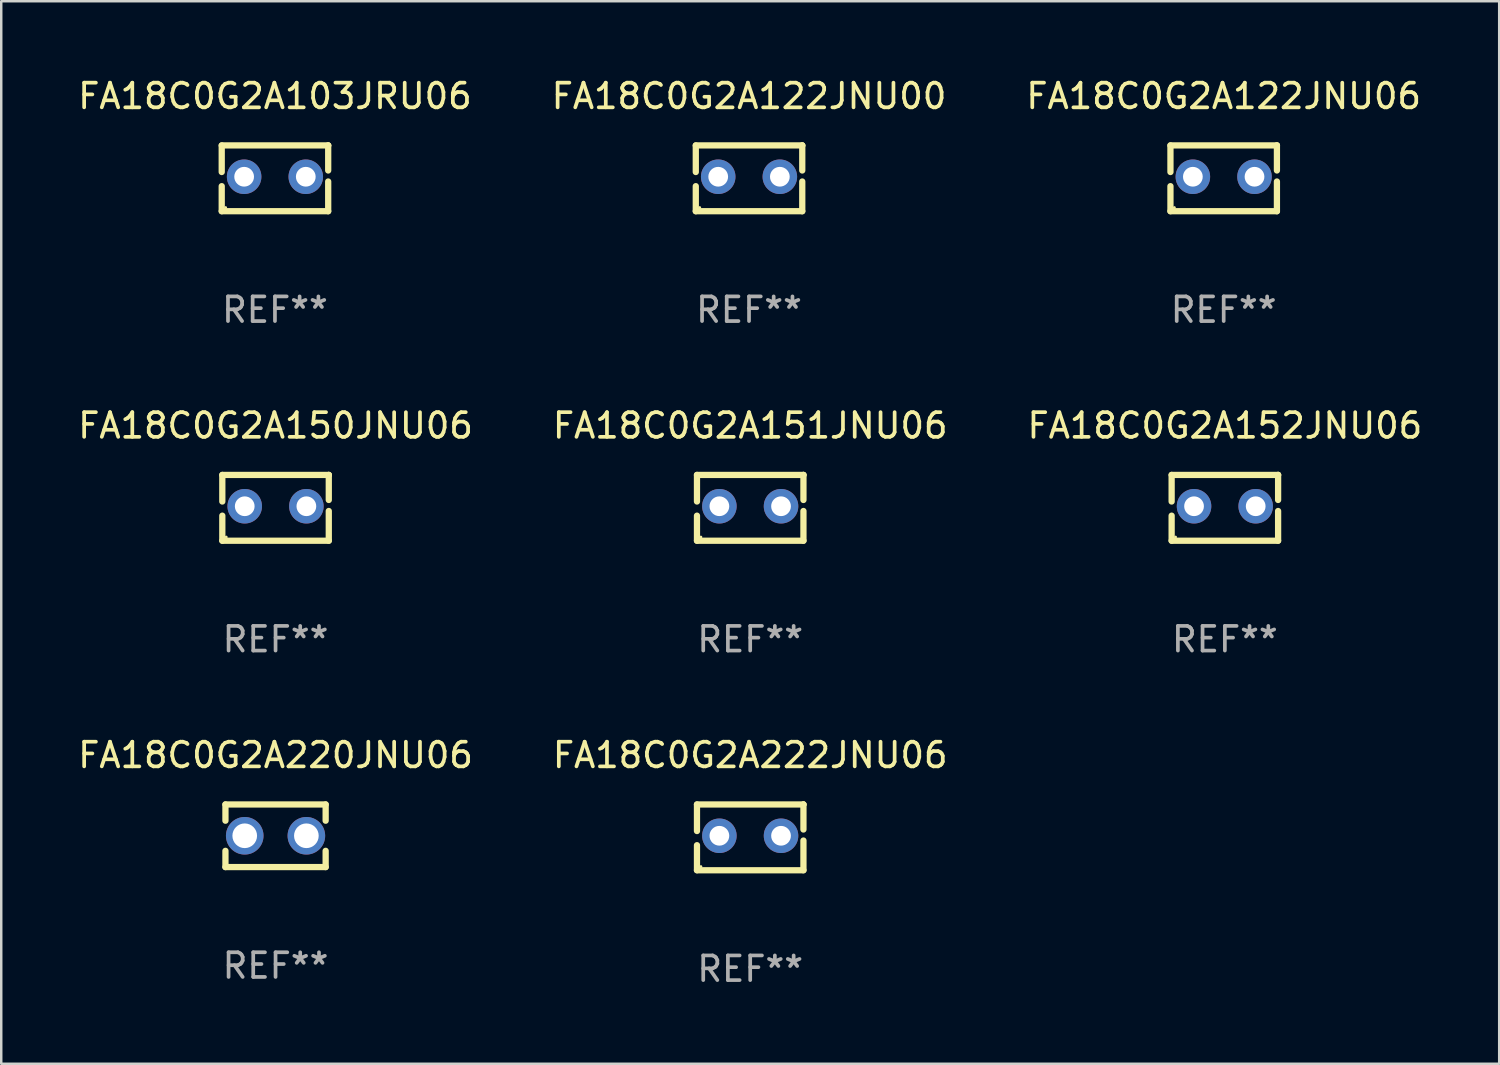
<source format=kicad_pcb>
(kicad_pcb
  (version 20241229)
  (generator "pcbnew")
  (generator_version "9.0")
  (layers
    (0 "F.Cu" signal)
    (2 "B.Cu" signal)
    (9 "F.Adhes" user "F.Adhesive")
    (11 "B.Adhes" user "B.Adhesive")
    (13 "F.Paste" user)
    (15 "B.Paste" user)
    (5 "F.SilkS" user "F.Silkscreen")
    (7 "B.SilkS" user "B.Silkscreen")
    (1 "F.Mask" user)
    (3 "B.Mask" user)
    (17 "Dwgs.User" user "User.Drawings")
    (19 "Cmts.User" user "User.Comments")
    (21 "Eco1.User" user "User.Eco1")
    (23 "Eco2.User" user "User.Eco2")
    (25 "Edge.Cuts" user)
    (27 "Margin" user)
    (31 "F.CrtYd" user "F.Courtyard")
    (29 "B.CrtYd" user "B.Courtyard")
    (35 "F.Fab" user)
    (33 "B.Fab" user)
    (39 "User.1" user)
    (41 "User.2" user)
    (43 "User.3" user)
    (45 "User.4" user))
  (footprint "FA18C0G2A103JRU06"
    (layer "F.Cu")
    (at 8.101 4.182)
    (property "Reference" "FA18C0G2A103JRU06" (at 0 -3.334 0) (layer "F.SilkS") (effects (font (size 1 1) (thickness 0.15))))
    (attr through_hole)
    (fp_line (start -2.159 -1.334) (end 2.159 -1.334) (stroke (width 0.254) (type solid)) (layer "F.SilkS"))
    (fp_line (start -2.159 -0.256) (end -2.159 -1.334) (stroke (width 0.254) (type solid)) (layer "F.SilkS"))
    (fp_line (start -2.159 1.334) (end -2.159 0.318) (stroke (width 0.254) (type solid)) (layer "F.SilkS"))
    (fp_line (start 2.159 -1.334) (end 2.159 -1.334) (stroke (width 0.254) (type solid)) (layer "F.SilkS"))
    (fp_line (start 2.159 -1.334) (end 2.159 -0.318) (stroke (width 0.254) (type solid)) (layer "F.SilkS"))
    (fp_line (start 2.159 0.129) (end 2.159 1.334) (stroke (width 0.254) (type solid)) (layer "F.SilkS"))
    (fp_line (start 2.159 1.334) (end -2.159 1.334) (stroke (width 0.254) (type solid)) (layer "F.SilkS"))
    (fp_circle (center -2 1.186) (end -1.97 1.186) (stroke (width 0.06) (type solid)) (fill no) (layer "F.SilkS"))
    (fp_text user "REF**" (at 0 5.334 0) (layer "F.Fab") (effects (font (size 1 1) (thickness 0.15))))
    (pad "1" thru_hole circle (at -1.25 -0.064) (size 1.4 1.4) (drill 0.8) (layers "*.Cu" "*.Mask"))
    (pad "2" thru_hole circle (at 1.25 -0.064) (size 1.4 1.4) (drill 0.8) (layers "*.Cu" "*.Mask")))
  (footprint "FA18C0G2A151JNU06"
    (layer "F.Cu")
    (at 27.375 17.545)
    (property "Reference" "FA18C0G2A151JNU06" (at 0 -3.334 0) (layer "F.SilkS") (effects (font (size 1 1) (thickness 0.15))))
    (attr through_hole)
    (fp_line (start -2.159 -1.334) (end 2.159 -1.334) (stroke (width 0.254) (type solid)) (layer "F.SilkS"))
    (fp_line (start -2.159 -0.256) (end -2.159 -1.334) (stroke (width 0.254) (type solid)) (layer "F.SilkS"))
    (fp_line (start -2.159 1.334) (end -2.159 0.318) (stroke (width 0.254) (type solid)) (layer "F.SilkS"))
    (fp_line (start 2.159 -1.334) (end 2.159 -1.334) (stroke (width 0.254) (type solid)) (layer "F.SilkS"))
    (fp_line (start 2.159 -1.334) (end 2.159 -0.318) (stroke (width 0.254) (type solid)) (layer "F.SilkS"))
    (fp_line (start 2.159 0.129) (end 2.159 1.334) (stroke (width 0.254) (type solid)) (layer "F.SilkS"))
    (fp_line (start 2.159 1.334) (end -2.159 1.334) (stroke (width 0.254) (type solid)) (layer "F.SilkS"))
    (fp_circle (center -2 1.186) (end -1.97 1.186) (stroke (width 0.06) (type solid)) (fill no) (layer "F.SilkS"))
    (fp_text user "REF**" (at 0 5.334 0) (layer "F.Fab") (effects (font (size 1 1) (thickness 0.15))))
    (pad "1" thru_hole circle (at -1.25 -0.064) (size 1.4 1.4) (drill 0.8) (layers "*.Cu" "*.Mask"))
    (pad "2" thru_hole circle (at 1.25 -0.064) (size 1.4 1.4) (drill 0.8) (layers "*.Cu" "*.Mask")))
  (footprint "FA18C0G2A122JNU06"
    (layer "F.Cu")
    (at 46.577 4.182)
    (property "Reference" "FA18C0G2A122JNU06" (at 0 -3.334 0) (layer "F.SilkS") (effects (font (size 1 1) (thickness 0.15))))
    (attr through_hole)
    (fp_line (start -2.159 -1.334) (end 2.159 -1.334) (stroke (width 0.254) (type solid)) (layer "F.SilkS"))
    (fp_line (start -2.159 -0.256) (end -2.159 -1.334) (stroke (width 0.254) (type solid)) (layer "F.SilkS"))
    (fp_line (start -2.159 1.334) (end -2.159 0.318) (stroke (width 0.254) (type solid)) (layer "F.SilkS"))
    (fp_line (start 2.159 -1.334) (end 2.159 -1.334) (stroke (width 0.254) (type solid)) (layer "F.SilkS"))
    (fp_line (start 2.159 -1.334) (end 2.159 -0.318) (stroke (width 0.254) (type solid)) (layer "F.SilkS"))
    (fp_line (start 2.159 0.129) (end 2.159 1.334) (stroke (width 0.254) (type solid)) (layer "F.SilkS"))
    (fp_line (start 2.159 1.334) (end -2.159 1.334) (stroke (width 0.254) (type solid)) (layer "F.SilkS"))
    (fp_circle (center -2 1.186) (end -1.97 1.186) (stroke (width 0.06) (type solid)) (fill no) (layer "F.SilkS"))
    (fp_text user "REF**" (at 0 5.334 0) (layer "F.Fab") (effects (font (size 1 1) (thickness 0.15))))
    (pad "1" thru_hole circle (at -1.25 -0.064) (size 1.4 1.4) (drill 0.8) (layers "*.Cu" "*.Mask"))
    (pad "2" thru_hole circle (at 1.25 -0.064) (size 1.4 1.4) (drill 0.8) (layers "*.Cu" "*.Mask")))
  (footprint "FA18C0G2A122JNU00"
    (layer "F.Cu")
    (at 27.327 4.182)
    (property "Reference" "FA18C0G2A122JNU00" (at 0 -3.334 0) (layer "F.SilkS") (effects (font (size 1 1) (thickness 0.15))))
    (attr through_hole)
    (fp_line (start -2.159 -1.334) (end 2.159 -1.334) (stroke (width 0.254) (type solid)) (layer "F.SilkS"))
    (fp_line (start -2.159 -0.256) (end -2.159 -1.334) (stroke (width 0.254) (type solid)) (layer "F.SilkS"))
    (fp_line (start -2.159 1.334) (end -2.159 0.318) (stroke (width 0.254) (type solid)) (layer "F.SilkS"))
    (fp_line (start 2.159 -1.334) (end 2.159 -1.334) (stroke (width 0.254) (type solid)) (layer "F.SilkS"))
    (fp_line (start 2.159 -1.334) (end 2.159 -0.318) (stroke (width 0.254) (type solid)) (layer "F.SilkS"))
    (fp_line (start 2.159 0.129) (end 2.159 1.334) (stroke (width 0.254) (type solid)) (layer "F.SilkS"))
    (fp_line (start 2.159 1.334) (end -2.159 1.334) (stroke (width 0.254) (type solid)) (layer "F.SilkS"))
    (fp_circle (center -2 1.186) (end -1.97 1.186) (stroke (width 0.06) (type solid)) (fill no) (layer "F.SilkS"))
    (fp_text user "REF**" (at 0 5.334 0) (layer "F.Fab") (effects (font (size 1 1) (thickness 0.15))))
    (pad "1" thru_hole circle (at -1.25 -0.064) (size 1.4 1.4) (drill 0.8) (layers "*.Cu" "*.Mask"))
    (pad "2" thru_hole circle (at 1.25 -0.064) (size 1.4 1.4) (drill 0.8) (layers "*.Cu" "*.Mask")))
  (footprint "FA18C0G2A222JNU06"
    (layer "F.Cu")
    (at 27.375 30.909)
    (property "Reference" "FA18C0G2A222JNU06" (at 0 -3.334 0) (layer "F.SilkS") (effects (font (size 1 1) (thickness 0.15))))
    (attr through_hole)
    (fp_line (start -2.159 -1.334) (end 2.159 -1.334) (stroke (width 0.254) (type solid)) (layer "F.SilkS"))
    (fp_line (start -2.159 -0.256) (end -2.159 -1.334) (stroke (width 0.254) (type solid)) (layer "F.SilkS"))
    (fp_line (start -2.159 1.334) (end -2.159 0.318) (stroke (width 0.254) (type solid)) (layer "F.SilkS"))
    (fp_line (start 2.159 -1.334) (end 2.159 -1.334) (stroke (width 0.254) (type solid)) (layer "F.SilkS"))
    (fp_line (start 2.159 -1.334) (end 2.159 -0.318) (stroke (width 0.254) (type solid)) (layer "F.SilkS"))
    (fp_line (start 2.159 0.129) (end 2.159 1.334) (stroke (width 0.254) (type solid)) (layer "F.SilkS"))
    (fp_line (start 2.159 1.334) (end -2.159 1.334) (stroke (width 0.254) (type solid)) (layer "F.SilkS"))
    (fp_circle (center -2 1.186) (end -1.97 1.186) (stroke (width 0.06) (type solid)) (fill no) (layer "F.SilkS"))
    (fp_text user "REF**" (at 0 5.334 0) (layer "F.Fab") (effects (font (size 1 1) (thickness 0.15))))
    (pad "1" thru_hole circle (at -1.25 -0.064) (size 1.4 1.4) (drill 0.8) (layers "*.Cu" "*.Mask"))
    (pad "2" thru_hole circle (at 1.25 -0.064) (size 1.4 1.4) (drill 0.8) (layers "*.Cu" "*.Mask")))
  (footprint "FA18C0G2A220JNU06"
    (layer "F.Cu")
    (at 8.125 30.845)
    (property "Reference" "FA18C0G2A220JNU06" (at 0 -3.27 0) (layer "F.SilkS") (effects (font (size 1 1) (thickness 0.15))))
    (attr through_hole)
    (fp_line (start -2.032 -1.27) (end -2.032 -0.611) (stroke (width 0.254) (type solid)) (layer "F.SilkS"))
    (fp_line (start -2.032 0.611) (end -2.032 1.27) (stroke (width 0.254) (type solid)) (layer "F.SilkS"))
    (fp_line (start -2.032 1.27) (end 2.032 1.27) (stroke (width 0.254) (type solid)) (layer "F.SilkS"))
    (fp_line (start 2.032 -1.27) (end -2.032 -1.27) (stroke (width 0.254) (type solid)) (layer "F.SilkS"))
    (fp_line (start 2.032 -0.611) (end 2.032 -1.27) (stroke (width 0.254) (type solid)) (layer "F.SilkS"))
    (fp_line (start 2.032 1.27) (end 2.032 0.611) (stroke (width 0.254) (type solid)) (layer "F.SilkS"))
    (fp_circle (center -2 1.25) (end -1.97 1.25) (stroke (width 0.06) (type solid)) (fill no) (layer "F.SilkS"))
    (fp_text user "REF**" (at 0 5.27 0) (layer "F.Fab") (effects (font (size 1 1) (thickness 0.15))))
    (pad "1" thru_hole circle (at -1.25 0) (size 1.524 1.524) (drill 1) (layers "*.Cu" "*.Mask"))
    (pad "2" thru_hole circle (at 1.25 0) (size 1.524 1.524) (drill 1) (layers "*.Cu" "*.Mask")))
  (footprint "FA18C0G2A152JNU06"
    (layer "F.Cu")
    (at 46.625 17.545)
    (property "Reference" "FA18C0G2A152JNU06" (at 0 -3.334 0) (layer "F.SilkS") (effects (font (size 1 1) (thickness 0.15))))
    (attr through_hole)
    (fp_line (start -2.159 -1.334) (end 2.159 -1.334) (stroke (width 0.254) (type solid)) (layer "F.SilkS"))
    (fp_line (start -2.159 -0.256) (end -2.159 -1.334) (stroke (width 0.254) (type solid)) (layer "F.SilkS"))
    (fp_line (start -2.159 1.334) (end -2.159 0.318) (stroke (width 0.254) (type solid)) (layer "F.SilkS"))
    (fp_line (start 2.159 -1.334) (end 2.159 -1.334) (stroke (width 0.254) (type solid)) (layer "F.SilkS"))
    (fp_line (start 2.159 -1.334) (end 2.159 -0.318) (stroke (width 0.254) (type solid)) (layer "F.SilkS"))
    (fp_line (start 2.159 0.129) (end 2.159 1.334) (stroke (width 0.254) (type solid)) (layer "F.SilkS"))
    (fp_line (start 2.159 1.334) (end -2.159 1.334) (stroke (width 0.254) (type solid)) (layer "F.SilkS"))
    (fp_circle (center -2 1.186) (end -1.97 1.186) (stroke (width 0.06) (type solid)) (fill no) (layer "F.SilkS"))
    (fp_text user "REF**" (at 0 5.334 0) (layer "F.Fab") (effects (font (size 1 1) (thickness 0.15))))
    (pad "1" thru_hole circle (at -1.25 -0.064) (size 1.4 1.4) (drill 0.8) (layers "*.Cu" "*.Mask"))
    (pad "2" thru_hole circle (at 1.25 -0.064) (size 1.4 1.4) (drill 0.8) (layers "*.Cu" "*.Mask")))
  (footprint "FA18C0G2A150JNU06"
    (layer "F.Cu")
    (at 8.125 17.545)
    (property "Reference" "FA18C0G2A150JNU06" (at 0 -3.334 0) (layer "F.SilkS") (effects (font (size 1 1) (thickness 0.15))))
    (attr through_hole)
    (fp_line (start -2.159 -1.334) (end 2.159 -1.334) (stroke (width 0.254) (type solid)) (layer "F.SilkS"))
    (fp_line (start -2.159 -0.256) (end -2.159 -1.334) (stroke (width 0.254) (type solid)) (layer "F.SilkS"))
    (fp_line (start -2.159 1.334) (end -2.159 0.318) (stroke (width 0.254) (type solid)) (layer "F.SilkS"))
    (fp_line (start 2.159 -1.334) (end 2.159 -1.334) (stroke (width 0.254) (type solid)) (layer "F.SilkS"))
    (fp_line (start 2.159 -1.334) (end 2.159 -0.318) (stroke (width 0.254) (type solid)) (layer "F.SilkS"))
    (fp_line (start 2.159 0.129) (end 2.159 1.334) (stroke (width 0.254) (type solid)) (layer "F.SilkS"))
    (fp_line (start 2.159 1.334) (end -2.159 1.334) (stroke (width 0.254) (type solid)) (layer "F.SilkS"))
    (fp_circle (center -2 1.186) (end -1.97 1.186) (stroke (width 0.06) (type solid)) (fill no) (layer "F.SilkS"))
    (fp_text user "REF**" (at 0 5.334 0) (layer "F.Fab") (effects (font (size 1 1) (thickness 0.15))))
    (pad "1" thru_hole circle (at -1.25 -0.064) (size 1.4 1.4) (drill 0.8) (layers "*.Cu" "*.Mask"))
    (pad "2" thru_hole circle (at 1.25 -0.064) (size 1.4 1.4) (drill 0.8) (layers "*.Cu" "*.Mask")))
  (gr_rect
    (start -3 -3)
    (end 57.75 40.091)
    (stroke (width 0.1) (type default))
    (fill no)
    (layer "Edge.Cuts")))
</source>
